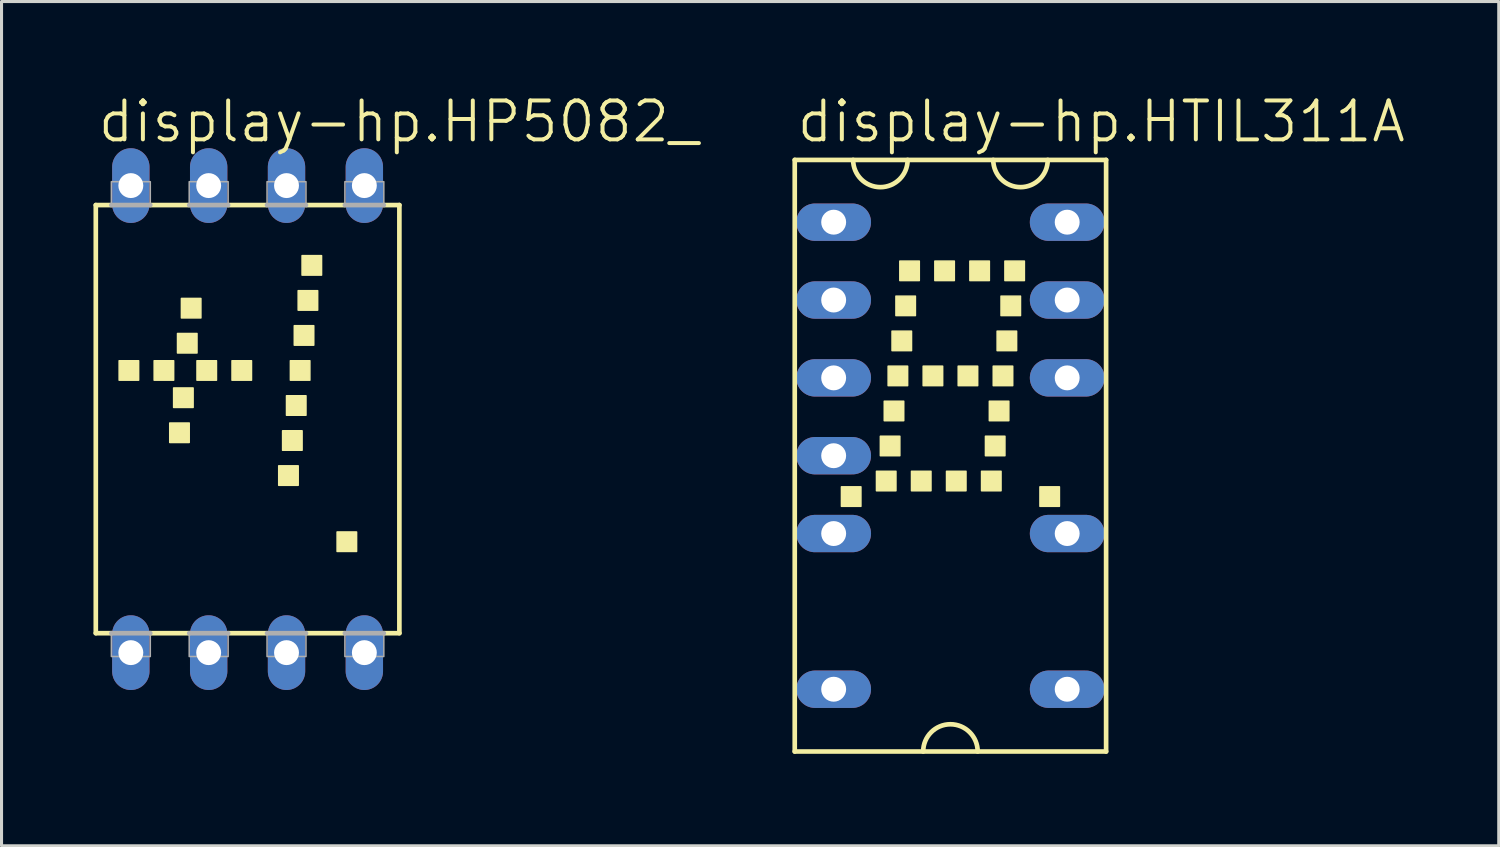
<source format=kicad_pcb>
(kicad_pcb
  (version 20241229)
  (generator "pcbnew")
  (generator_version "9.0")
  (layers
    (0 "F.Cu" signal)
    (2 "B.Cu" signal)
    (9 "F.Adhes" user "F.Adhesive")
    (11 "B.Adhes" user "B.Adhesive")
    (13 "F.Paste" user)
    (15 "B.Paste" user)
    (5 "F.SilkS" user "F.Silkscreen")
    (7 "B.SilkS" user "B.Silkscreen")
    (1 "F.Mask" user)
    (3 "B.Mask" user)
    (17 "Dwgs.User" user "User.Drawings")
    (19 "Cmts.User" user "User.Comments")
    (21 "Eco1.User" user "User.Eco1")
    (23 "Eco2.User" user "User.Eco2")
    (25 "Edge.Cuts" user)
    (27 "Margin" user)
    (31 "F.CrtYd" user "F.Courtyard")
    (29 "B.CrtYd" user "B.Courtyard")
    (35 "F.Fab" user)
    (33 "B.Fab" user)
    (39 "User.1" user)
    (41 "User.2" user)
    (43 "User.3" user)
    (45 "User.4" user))
  (footprint "display-hp.HP5082_"
    (layer "F.Cu")
    (at 5.029 10.626)
    (property "Reference" "display-hp.HP5082_" (at -4.953 -8.966 0) (layer "F.SilkS") (effects (font (size 1.27 1.27) (thickness 0.13)) (justify left bottom)))
    (attr through_hole)
    (fp_line (start -4.953 -6.985) (end -4.953 6.985) (stroke (width 0.152) (type default)) (layer "F.SilkS"))
    (fp_line (start -4.953 6.985) (end -4.445 6.985) (stroke (width 0.152) (type default)) (layer "F.SilkS"))
    (fp_line (start -4.445 -6.985) (end -4.953 -6.985) (stroke (width 0.152) (type default)) (layer "F.SilkS"))
    (fp_line (start -1.905 -6.985) (end -3.175 -6.985) (stroke (width 0.152) (type default)) (layer "F.SilkS"))
    (fp_line (start -1.905 6.985) (end -3.175 6.985) (stroke (width 0.152) (type default)) (layer "F.SilkS"))
    (fp_line (start -0.635 6.985) (end 0.635 6.985) (stroke (width 0.152) (type default)) (layer "F.SilkS"))
    (fp_line (start 0.635 -6.985) (end -0.635 -6.985) (stroke (width 0.152) (type default)) (layer "F.SilkS"))
    (fp_line (start 1.905 6.985) (end 3.175 6.985) (stroke (width 0.152) (type default)) (layer "F.SilkS"))
    (fp_line (start 3.175 -6.985) (end 1.905 -6.985) (stroke (width 0.152) (type default)) (layer "F.SilkS"))
    (fp_line (start 4.953 -6.985) (end 4.445 -6.985) (stroke (width 0.152) (type default)) (layer "F.SilkS"))
    (fp_line (start 4.953 6.985) (end 4.445 6.985) (stroke (width 0.152) (type default)) (layer "F.SilkS"))
    (fp_line (start 4.953 6.985) (end 4.953 -6.985) (stroke (width 0.152) (type default)) (layer "F.SilkS"))
    (fp_rect (start -4.191 -1.27) (end -3.556 -1.905) (stroke (width 0.05) (type default)) (fill yes) (layer "F.SilkS"))
    (fp_rect (start -3.048 -1.27) (end -2.413 -1.905) (stroke (width 0.05) (type default)) (fill yes) (layer "F.SilkS"))
    (fp_rect (start -2.54 0.762) (end -1.905 0.127) (stroke (width 0.05) (type default)) (fill yes) (layer "F.SilkS"))
    (fp_rect (start -2.413 -0.381) (end -1.778 -1.016) (stroke (width 0.05) (type default)) (fill yes) (layer "F.SilkS"))
    (fp_rect (start -2.286 -2.159) (end -1.651 -2.794) (stroke (width 0.05) (type default)) (fill yes) (layer "F.SilkS"))
    (fp_rect (start -2.159 -3.302) (end -1.524 -3.937) (stroke (width 0.05) (type default)) (fill yes) (layer "F.SilkS"))
    (fp_rect (start -1.651 -1.27) (end -1.016 -1.905) (stroke (width 0.05) (type default)) (fill yes) (layer "F.SilkS"))
    (fp_rect (start -0.508 -1.27) (end 0.127 -1.905) (stroke (width 0.05) (type default)) (fill yes) (layer "F.SilkS"))
    (fp_rect (start 1.016 2.159) (end 1.651 1.524) (stroke (width 0.05) (type default)) (fill yes) (layer "F.SilkS"))
    (fp_rect (start 1.143 1.016) (end 1.778 0.381) (stroke (width 0.05) (type default)) (fill yes) (layer "F.SilkS"))
    (fp_rect (start 1.27 -0.127) (end 1.905 -0.762) (stroke (width 0.05) (type default)) (fill yes) (layer "F.SilkS"))
    (fp_rect (start 1.397 -1.27) (end 2.032 -1.905) (stroke (width 0.05) (type default)) (fill yes) (layer "F.SilkS"))
    (fp_rect (start 1.524 -2.413) (end 2.159 -3.048) (stroke (width 0.05) (type default)) (fill yes) (layer "F.SilkS"))
    (fp_rect (start 1.651 -3.556) (end 2.286 -4.191) (stroke (width 0.05) (type default)) (fill yes) (layer "F.SilkS"))
    (fp_rect (start 1.778 -4.699) (end 2.413 -5.334) (stroke (width 0.05) (type default)) (fill yes) (layer "F.SilkS"))
    (fp_rect (start 2.921 4.318) (end 3.556 3.683) (stroke (width 0.05) (type default)) (fill yes) (layer "F.SilkS"))
    (fp_line (start -4.445 -6.985) (end -3.175 -6.985) (stroke (width 0.152) (type default)) (layer "F.Fab"))
    (fp_line (start -4.445 6.985) (end -3.175 6.985) (stroke (width 0.152) (type default)) (layer "F.Fab"))
    (fp_line (start -1.905 -6.985) (end -0.635 -6.985) (stroke (width 0.152) (type default)) (layer "F.Fab"))
    (fp_line (start -1.905 6.985) (end -0.635 6.985) (stroke (width 0.152) (type default)) (layer "F.Fab"))
    (fp_line (start 0.635 -6.985) (end 1.905 -6.985) (stroke (width 0.152) (type default)) (layer "F.Fab"))
    (fp_line (start 0.635 6.985) (end 1.905 6.985) (stroke (width 0.152) (type default)) (layer "F.Fab"))
    (fp_line (start 3.175 -6.985) (end 4.445 -6.985) (stroke (width 0.152) (type default)) (layer "F.Fab"))
    (fp_line (start 3.175 6.985) (end 4.445 6.985) (stroke (width 0.152) (type default)) (layer "F.Fab"))
    (fp_rect (start -4.445 -6.985) (end -3.175 -7.747) (stroke (width 0.05) (type default)) (fill no) (layer "F.Fab"))
    (fp_rect (start -4.445 7.747) (end -3.175 6.985) (stroke (width 0.05) (type default)) (fill no) (layer "F.Fab"))
    (fp_rect (start -1.905 -6.985) (end -0.635 -7.747) (stroke (width 0.05) (type default)) (fill no) (layer "F.Fab"))
    (fp_rect (start -1.905 7.747) (end -0.635 6.985) (stroke (width 0.05) (type default)) (fill no) (layer "F.Fab"))
    (fp_rect (start 0.635 -6.985) (end 1.905 -7.747) (stroke (width 0.05) (type default)) (fill no) (layer "F.Fab"))
    (fp_rect (start 0.635 7.747) (end 1.905 6.985) (stroke (width 0.05) (type default)) (fill no) (layer "F.Fab"))
    (fp_rect (start 3.175 -6.985) (end 4.445 -7.747) (stroke (width 0.05) (type default)) (fill no) (layer "F.Fab"))
    (fp_rect (start 3.175 7.747) (end 4.445 6.985) (stroke (width 0.05) (type default)) (fill no) (layer "F.Fab"))
    (pad "1" thru_hole oval (at -3.81 7.62 90) (size 2.438 1.219) (drill 0.813) (layers "*.Cu" "*.Mask"))
    (pad "2" thru_hole oval (at -1.27 7.62 90) (size 2.438 1.219) (drill 0.813) (layers "*.Cu" "*.Mask"))
    (pad "3" thru_hole oval (at 1.27 7.62 90) (size 2.438 1.219) (drill 0.813) (layers "*.Cu" "*.Mask"))
    (pad "4" thru_hole oval (at 3.81 7.62 90) (size 2.438 1.219) (drill 0.813) (layers "*.Cu" "*.Mask"))
    (pad "5" thru_hole oval (at 3.81 -7.62 90) (size 2.438 1.219) (drill 0.813) (layers "*.Cu" "*.Mask"))
    (pad "6" thru_hole oval (at 1.27 -7.62 90) (size 2.438 1.219) (drill 0.813) (layers "*.Cu" "*.Mask"))
    (pad "7" thru_hole oval (at -1.27 -7.62 90) (size 2.438 1.219) (drill 0.813) (layers "*.Cu" "*.Mask"))
    (pad "8" thru_hole oval (at -3.81 -7.62 90) (size 2.438 1.219) (drill 0.813) (layers "*.Cu" "*.Mask")))
  (footprint "display-hp.HTIL311A"
    (layer "F.Cu")
    (at 27.963 11.82)
    (property "Reference" "display-hp.HTIL311A" (at -5.08 -10.16 0) (layer "F.SilkS") (effects (font (size 1.27 1.27) (thickness 0.13)) (justify left bottom)))
    (attr through_hole)
    (fp_line (start -5.08 9.652) (end -5.08 -9.652) (stroke (width 0.152) (type default)) (layer "F.SilkS"))
    (fp_line (start -5.08 9.652) (end 5.08 9.652) (stroke (width 0.152) (type default)) (layer "F.SilkS"))
    (fp_line (start 5.08 -9.652) (end -5.08 -9.652) (stroke (width 0.152) (type default)) (layer "F.SilkS"))
    (fp_line (start 5.08 -9.652) (end 5.08 9.652) (stroke (width 0.152) (type default)) (layer "F.SilkS"))
    (fp_rect (start -3.556 1.651) (end -2.921 1.016) (stroke (width 0.05) (type default)) (fill yes) (layer "F.SilkS"))
    (fp_rect (start -2.413 1.143) (end -1.778 0.508) (stroke (width 0.05) (type default)) (fill yes) (layer "F.SilkS"))
    (fp_rect (start -2.286 0) (end -1.651 -0.635) (stroke (width 0.05) (type default)) (fill yes) (layer "F.SilkS"))
    (fp_rect (start -2.159 -1.143) (end -1.524 -1.778) (stroke (width 0.05) (type default)) (fill yes) (layer "F.SilkS"))
    (fp_rect (start -2.032 -2.286) (end -1.397 -2.921) (stroke (width 0.05) (type default)) (fill yes) (layer "F.SilkS"))
    (fp_rect (start -1.905 -3.429) (end -1.27 -4.064) (stroke (width 0.05) (type default)) (fill yes) (layer "F.SilkS"))
    (fp_rect (start -1.778 -4.572) (end -1.143 -5.207) (stroke (width 0.05) (type default)) (fill yes) (layer "F.SilkS"))
    (fp_rect (start -1.651 -5.715) (end -1.016 -6.35) (stroke (width 0.05) (type default)) (fill yes) (layer "F.SilkS"))
    (fp_rect (start -1.27 1.143) (end -0.635 0.508) (stroke (width 0.05) (type default)) (fill yes) (layer "F.SilkS"))
    (fp_rect (start -0.889 -2.286) (end -0.254 -2.921) (stroke (width 0.05) (type default)) (fill yes) (layer "F.SilkS"))
    (fp_rect (start -0.508 -5.715) (end 0.127 -6.35) (stroke (width 0.05) (type default)) (fill yes) (layer "F.SilkS"))
    (fp_rect (start -0.127 1.143) (end 0.508 0.508) (stroke (width 0.05) (type default)) (fill yes) (layer "F.SilkS"))
    (fp_rect (start 0.254 -2.286) (end 0.889 -2.921) (stroke (width 0.05) (type default)) (fill yes) (layer "F.SilkS"))
    (fp_rect (start 0.635 -5.715) (end 1.27 -6.35) (stroke (width 0.05) (type default)) (fill yes) (layer "F.SilkS"))
    (fp_rect (start 1.016 1.143) (end 1.651 0.508) (stroke (width 0.05) (type default)) (fill yes) (layer "F.SilkS"))
    (fp_rect (start 1.143 0) (end 1.778 -0.635) (stroke (width 0.05) (type default)) (fill yes) (layer "F.SilkS"))
    (fp_rect (start 1.27 -1.143) (end 1.905 -1.778) (stroke (width 0.05) (type default)) (fill yes) (layer "F.SilkS"))
    (fp_rect (start 1.397 -2.286) (end 2.032 -2.921) (stroke (width 0.05) (type default)) (fill yes) (layer "F.SilkS"))
    (fp_rect (start 1.524 -3.429) (end 2.159 -4.064) (stroke (width 0.05) (type default)) (fill yes) (layer "F.SilkS"))
    (fp_rect (start 1.651 -4.572) (end 2.286 -5.207) (stroke (width 0.05) (type default)) (fill yes) (layer "F.SilkS"))
    (fp_rect (start 1.778 -5.715) (end 2.413 -6.35) (stroke (width 0.05) (type default)) (fill yes) (layer "F.SilkS"))
    (fp_rect (start 2.921 1.651) (end 3.556 1.016) (stroke (width 0.05) (type default)) (fill yes) (layer "F.SilkS"))
    (fp_arc (start -1.397 -9.652) (mid -2.286 -8.763) (end -3.175 -9.652) (stroke (width 0.1524) (type default)) (layer "F.SilkS"))
    (fp_arc (start -0.889 9.652) (mid 0 8.763) (end 0.889 9.652) (stroke (width 0.1524) (type default)) (layer "F.SilkS"))
    (fp_arc (start 3.175 -9.652) (mid 2.286 -8.763) (end 1.397 -9.652) (stroke (width 0.1524) (type default)) (layer "F.SilkS"))
    (pad "1" thru_hole oval (at -3.81 -7.62) (size 2.438 1.219) (drill 0.813) (layers "*.Cu" "*.Mask"))
    (pad "2" thru_hole oval (at -3.81 -5.08) (size 2.438 1.219) (drill 0.813) (layers "*.Cu" "*.Mask"))
    (pad "3" thru_hole oval (at -3.81 -2.54) (size 2.438 1.219) (drill 0.813) (layers "*.Cu" "*.Mask"))
    (pad "4" thru_hole oval (at -3.81 0) (size 2.438 1.219) (drill 0.813) (layers "*.Cu" "*.Mask"))
    (pad "5" thru_hole oval (at -3.81 2.54) (size 2.438 1.219) (drill 0.813) (layers "*.Cu" "*.Mask"))
    (pad "7" thru_hole oval (at -3.81 7.62) (size 2.438 1.219) (drill 0.813) (layers "*.Cu" "*.Mask"))
    (pad "8" thru_hole oval (at 3.81 7.62) (size 2.438 1.219) (drill 0.813) (layers "*.Cu" "*.Mask"))
    (pad "10" thru_hole oval (at 3.81 2.54) (size 2.438 1.219) (drill 0.813) (layers "*.Cu" "*.Mask"))
    (pad "12" thru_hole oval (at 3.81 -2.54) (size 2.438 1.219) (drill 0.813) (layers "*.Cu" "*.Mask"))
    (pad "13" thru_hole oval (at 3.81 -5.08) (size 2.438 1.219) (drill 0.813) (layers "*.Cu" "*.Mask"))
    (pad "14" thru_hole oval (at 3.81 -7.62) (size 2.438 1.219) (drill 0.813) (layers "*.Cu" "*.Mask")))
  (gr_rect
    (start -3 -3)
    (end 45.855 24.548)
    (stroke (width 0.1) (type default))
    (fill no)
    (layer "Edge.Cuts")))
</source>
